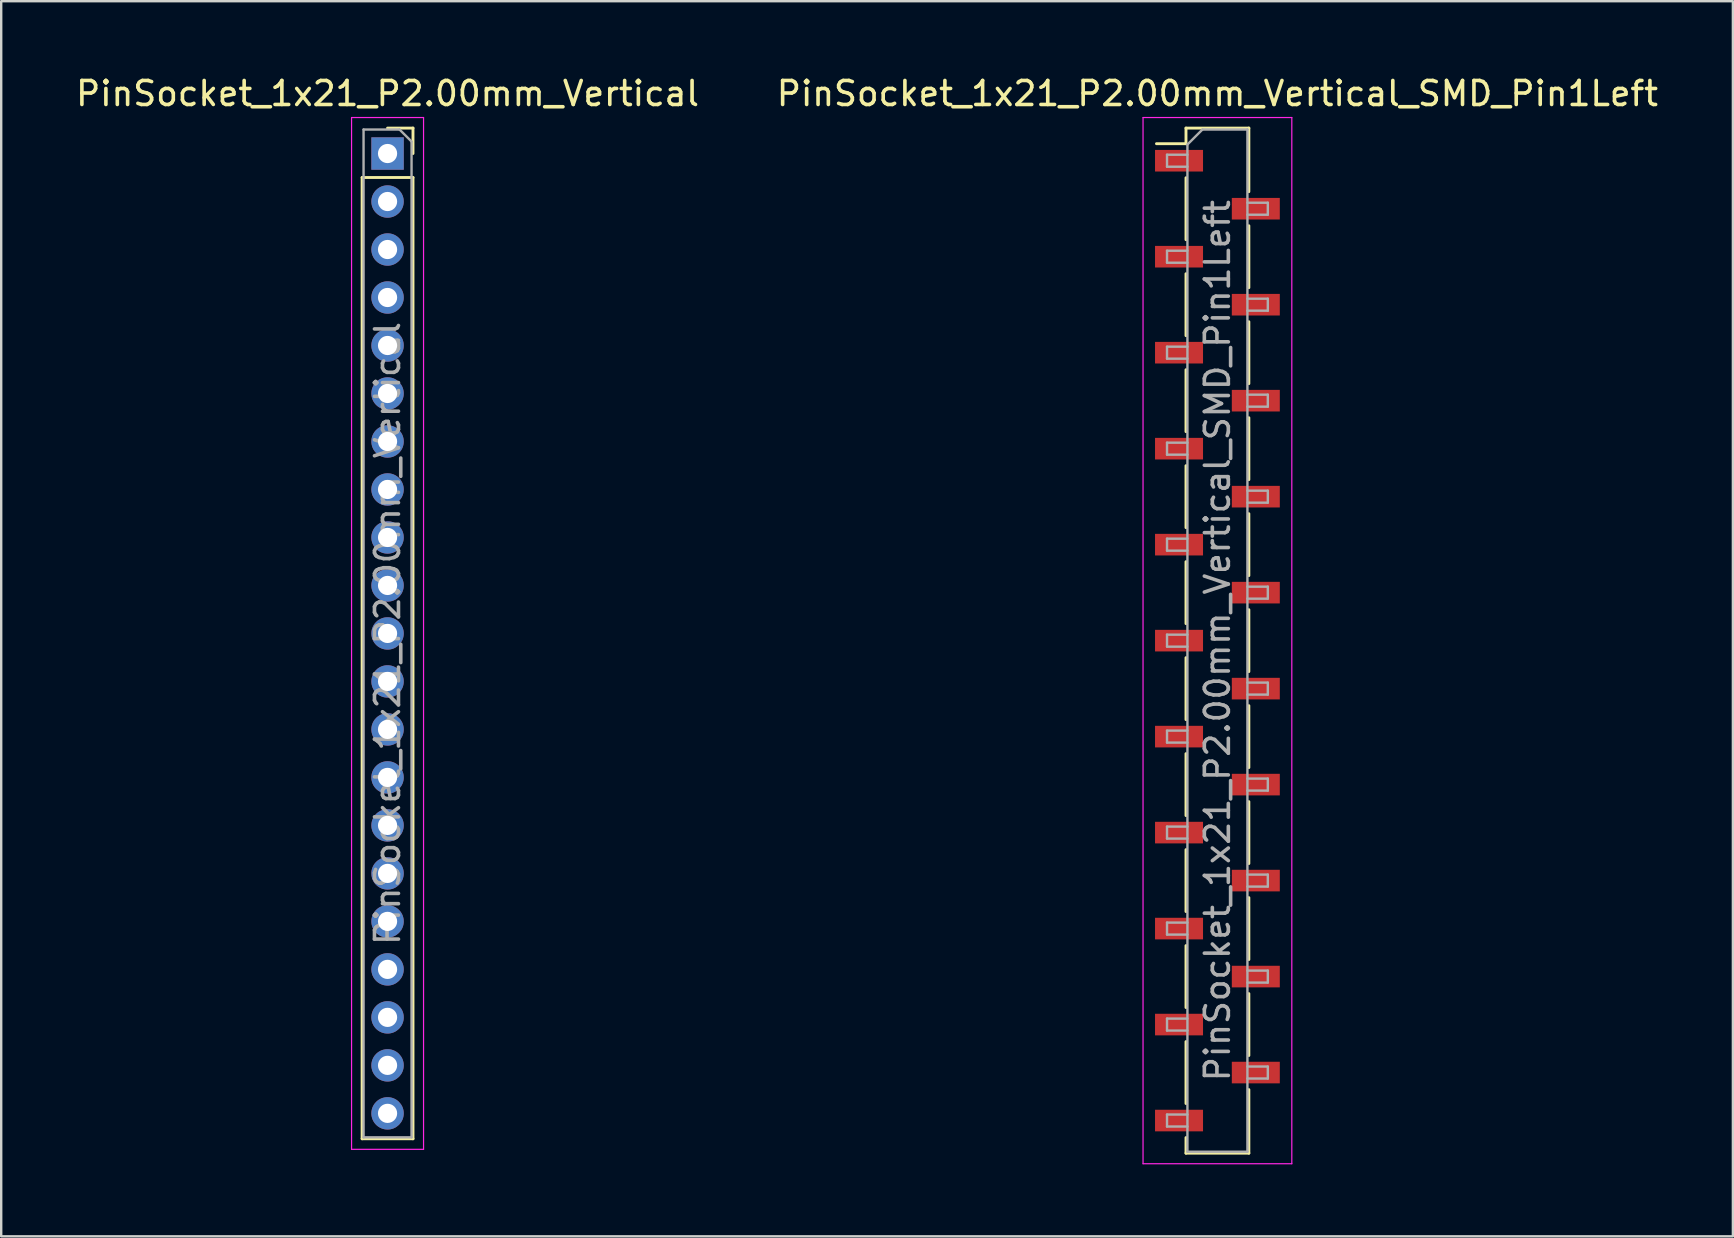
<source format=kicad_pcb>
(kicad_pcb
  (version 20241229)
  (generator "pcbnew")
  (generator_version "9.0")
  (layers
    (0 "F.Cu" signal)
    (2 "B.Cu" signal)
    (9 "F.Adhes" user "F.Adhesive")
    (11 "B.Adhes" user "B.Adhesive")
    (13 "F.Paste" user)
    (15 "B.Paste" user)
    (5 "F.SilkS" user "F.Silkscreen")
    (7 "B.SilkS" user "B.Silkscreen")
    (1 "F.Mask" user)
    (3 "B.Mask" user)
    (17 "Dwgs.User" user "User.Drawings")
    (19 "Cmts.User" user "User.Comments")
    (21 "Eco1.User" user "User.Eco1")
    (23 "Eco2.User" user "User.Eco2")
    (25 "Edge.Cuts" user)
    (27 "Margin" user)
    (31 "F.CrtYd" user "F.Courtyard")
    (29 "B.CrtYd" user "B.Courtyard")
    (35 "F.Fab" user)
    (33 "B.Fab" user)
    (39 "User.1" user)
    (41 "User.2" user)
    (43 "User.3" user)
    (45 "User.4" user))
  (footprint "PinSocket_1x21_P2.00mm_Vertical_SMD_Pin1Left"
    (layer "F.Cu")
    (at 47.685 23.648)
    (property "Reference" "PinSocket_1x21_P2.00mm_Vertical_SMD_Pin1Left" (at 0 -22.8 0) (layer "F.SilkS") (effects (font (size 1 1) (thickness 0.15))))
    (attr smd)
    (fp_line (start -2.54 -20.71) (end -1.31 -20.71) (stroke (width 0.12) (type solid)) (layer "F.SilkS"))
    (fp_line (start -1.31 -21.36) (end -1.31 -20.71) (stroke (width 0.12) (type solid)) (layer "F.SilkS"))
    (fp_line (start -1.31 -21.36) (end 1.31 -21.36) (stroke (width 0.12) (type solid)) (layer "F.SilkS"))
    (fp_line (start -1.31 -19.29) (end -1.31 -16.71) (stroke (width 0.12) (type solid)) (layer "F.SilkS"))
    (fp_line (start -1.31 -15.29) (end -1.31 -12.71) (stroke (width 0.12) (type solid)) (layer "F.SilkS"))
    (fp_line (start -1.31 -11.29) (end -1.31 -8.71) (stroke (width 0.12) (type solid)) (layer "F.SilkS"))
    (fp_line (start -1.31 -7.29) (end -1.31 -4.71) (stroke (width 0.12) (type solid)) (layer "F.SilkS"))
    (fp_line (start -1.31 -3.29) (end -1.31 -0.71) (stroke (width 0.12) (type solid)) (layer "F.SilkS"))
    (fp_line (start -1.31 0.71) (end -1.31 3.29) (stroke (width 0.12) (type solid)) (layer "F.SilkS"))
    (fp_line (start -1.31 4.71) (end -1.31 7.29) (stroke (width 0.12) (type solid)) (layer "F.SilkS"))
    (fp_line (start -1.31 8.71) (end -1.31 11.29) (stroke (width 0.12) (type solid)) (layer "F.SilkS"))
    (fp_line (start -1.31 12.71) (end -1.31 15.29) (stroke (width 0.12) (type solid)) (layer "F.SilkS"))
    (fp_line (start -1.31 16.71) (end -1.31 19.29) (stroke (width 0.12) (type solid)) (layer "F.SilkS"))
    (fp_line (start -1.31 20.71) (end -1.31 21.36) (stroke (width 0.12) (type solid)) (layer "F.SilkS"))
    (fp_line (start -1.31 21.36) (end 1.31 21.36) (stroke (width 0.12) (type solid)) (layer "F.SilkS"))
    (fp_line (start 1.31 -21.36) (end 1.31 -18.71) (stroke (width 0.12) (type solid)) (layer "F.SilkS"))
    (fp_line (start 1.31 -17.29) (end 1.31 -14.71) (stroke (width 0.12) (type solid)) (layer "F.SilkS"))
    (fp_line (start 1.31 -13.29) (end 1.31 -10.71) (stroke (width 0.12) (type solid)) (layer "F.SilkS"))
    (fp_line (start 1.31 -9.29) (end 1.31 -6.71) (stroke (width 0.12) (type solid)) (layer "F.SilkS"))
    (fp_line (start 1.31 -5.29) (end 1.31 -2.71) (stroke (width 0.12) (type solid)) (layer "F.SilkS"))
    (fp_line (start 1.31 -1.29) (end 1.31 1.29) (stroke (width 0.12) (type solid)) (layer "F.SilkS"))
    (fp_line (start 1.31 2.71) (end 1.31 5.29) (stroke (width 0.12) (type solid)) (layer "F.SilkS"))
    (fp_line (start 1.31 6.71) (end 1.31 9.29) (stroke (width 0.12) (type solid)) (layer "F.SilkS"))
    (fp_line (start 1.31 10.71) (end 1.31 13.29) (stroke (width 0.12) (type solid)) (layer "F.SilkS"))
    (fp_line (start 1.31 14.71) (end 1.31 17.29) (stroke (width 0.12) (type solid)) (layer "F.SilkS"))
    (fp_line (start 1.31 18.71) (end 1.31 21.36) (stroke (width 0.12) (type solid)) (layer "F.SilkS"))
    (fp_line (start -3.1 -21.8) (end 3.1 -21.8) (stroke (width 0.05) (type solid)) (layer "F.CrtYd"))
    (fp_line (start -3.1 21.8) (end -3.1 -21.8) (stroke (width 0.05) (type solid)) (layer "F.CrtYd"))
    (fp_line (start 3.1 -21.8) (end 3.1 21.8) (stroke (width 0.05) (type solid)) (layer "F.CrtYd"))
    (fp_line (start 3.1 21.8) (end -3.1 21.8) (stroke (width 0.05) (type solid)) (layer "F.CrtYd"))
    (fp_line (start -2.1 -20.25) (end -1.25 -20.25) (stroke (width 0.1) (type solid)) (layer "F.Fab"))
    (fp_line (start -2.1 -19.75) (end -2.1 -20.25) (stroke (width 0.1) (type solid)) (layer "F.Fab"))
    (fp_line (start -2.1 -16.25) (end -1.25 -16.25) (stroke (width 0.1) (type solid)) (layer "F.Fab"))
    (fp_line (start -2.1 -15.75) (end -2.1 -16.25) (stroke (width 0.1) (type solid)) (layer "F.Fab"))
    (fp_line (start -2.1 -12.25) (end -1.25 -12.25) (stroke (width 0.1) (type solid)) (layer "F.Fab"))
    (fp_line (start -2.1 -11.75) (end -2.1 -12.25) (stroke (width 0.1) (type solid)) (layer "F.Fab"))
    (fp_line (start -2.1 -8.25) (end -1.25 -8.25) (stroke (width 0.1) (type solid)) (layer "F.Fab"))
    (fp_line (start -2.1 -7.75) (end -2.1 -8.25) (stroke (width 0.1) (type solid)) (layer "F.Fab"))
    (fp_line (start -2.1 -4.25) (end -1.25 -4.25) (stroke (width 0.1) (type solid)) (layer "F.Fab"))
    (fp_line (start -2.1 -3.75) (end -2.1 -4.25) (stroke (width 0.1) (type solid)) (layer "F.Fab"))
    (fp_line (start -2.1 -0.25) (end -1.25 -0.25) (stroke (width 0.1) (type solid)) (layer "F.Fab"))
    (fp_line (start -2.1 0.25) (end -2.1 -0.25) (stroke (width 0.1) (type solid)) (layer "F.Fab"))
    (fp_line (start -2.1 3.75) (end -1.25 3.75) (stroke (width 0.1) (type solid)) (layer "F.Fab"))
    (fp_line (start -2.1 4.25) (end -2.1 3.75) (stroke (width 0.1) (type solid)) (layer "F.Fab"))
    (fp_line (start -2.1 7.75) (end -1.25 7.75) (stroke (width 0.1) (type solid)) (layer "F.Fab"))
    (fp_line (start -2.1 8.25) (end -2.1 7.75) (stroke (width 0.1) (type solid)) (layer "F.Fab"))
    (fp_line (start -2.1 11.75) (end -1.25 11.75) (stroke (width 0.1) (type solid)) (layer "F.Fab"))
    (fp_line (start -2.1 12.25) (end -2.1 11.75) (stroke (width 0.1) (type solid)) (layer "F.Fab"))
    (fp_line (start -2.1 15.75) (end -1.25 15.75) (stroke (width 0.1) (type solid)) (layer "F.Fab"))
    (fp_line (start -2.1 16.25) (end -2.1 15.75) (stroke (width 0.1) (type solid)) (layer "F.Fab"))
    (fp_line (start -2.1 19.75) (end -1.25 19.75) (stroke (width 0.1) (type solid)) (layer "F.Fab"))
    (fp_line (start -2.1 20.25) (end -2.1 19.75) (stroke (width 0.1) (type solid)) (layer "F.Fab"))
    (fp_line (start -1.25 -20.675) (end -0.625 -21.3) (stroke (width 0.1) (type solid)) (layer "F.Fab"))
    (fp_line (start -1.25 -19.75) (end -2.1 -19.75) (stroke (width 0.1) (type solid)) (layer "F.Fab"))
    (fp_line (start -1.25 -15.75) (end -2.1 -15.75) (stroke (width 0.1) (type solid)) (layer "F.Fab"))
    (fp_line (start -1.25 -11.75) (end -2.1 -11.75) (stroke (width 0.1) (type solid)) (layer "F.Fab"))
    (fp_line (start -1.25 -7.75) (end -2.1 -7.75) (stroke (width 0.1) (type solid)) (layer "F.Fab"))
    (fp_line (start -1.25 -3.75) (end -2.1 -3.75) (stroke (width 0.1) (type solid)) (layer "F.Fab"))
    (fp_line (start -1.25 0.25) (end -2.1 0.25) (stroke (width 0.1) (type solid)) (layer "F.Fab"))
    (fp_line (start -1.25 4.25) (end -2.1 4.25) (stroke (width 0.1) (type solid)) (layer "F.Fab"))
    (fp_line (start -1.25 8.25) (end -2.1 8.25) (stroke (width 0.1) (type solid)) (layer "F.Fab"))
    (fp_line (start -1.25 12.25) (end -2.1 12.25) (stroke (width 0.1) (type solid)) (layer "F.Fab"))
    (fp_line (start -1.25 16.25) (end -2.1 16.25) (stroke (width 0.1) (type solid)) (layer "F.Fab"))
    (fp_line (start -1.25 20.25) (end -2.1 20.25) (stroke (width 0.1) (type solid)) (layer "F.Fab"))
    (fp_line (start -1.25 21.3) (end -1.25 -20.675) (stroke (width 0.1) (type solid)) (layer "F.Fab"))
    (fp_line (start -0.625 -21.3) (end 1.25 -21.3) (stroke (width 0.1) (type solid)) (layer "F.Fab"))
    (fp_line (start 1.25 -21.3) (end 1.25 21.3) (stroke (width 0.1) (type solid)) (layer "F.Fab"))
    (fp_line (start 1.25 -18.25) (end 2.1 -18.25) (stroke (width 0.1) (type solid)) (layer "F.Fab"))
    (fp_line (start 1.25 -14.25) (end 2.1 -14.25) (stroke (width 0.1) (type solid)) (layer "F.Fab"))
    (fp_line (start 1.25 -10.25) (end 2.1 -10.25) (stroke (width 0.1) (type solid)) (layer "F.Fab"))
    (fp_line (start 1.25 -6.25) (end 2.1 -6.25) (stroke (width 0.1) (type solid)) (layer "F.Fab"))
    (fp_line (start 1.25 -2.25) (end 2.1 -2.25) (stroke (width 0.1) (type solid)) (layer "F.Fab"))
    (fp_line (start 1.25 1.75) (end 2.1 1.75) (stroke (width 0.1) (type solid)) (layer "F.Fab"))
    (fp_line (start 1.25 5.75) (end 2.1 5.75) (stroke (width 0.1) (type solid)) (layer "F.Fab"))
    (fp_line (start 1.25 9.75) (end 2.1 9.75) (stroke (width 0.1) (type solid)) (layer "F.Fab"))
    (fp_line (start 1.25 13.75) (end 2.1 13.75) (stroke (width 0.1) (type solid)) (layer "F.Fab"))
    (fp_line (start 1.25 17.75) (end 2.1 17.75) (stroke (width 0.1) (type solid)) (layer "F.Fab"))
    (fp_line (start 1.25 21.3) (end -1.25 21.3) (stroke (width 0.1) (type solid)) (layer "F.Fab"))
    (fp_line (start 2.1 -18.25) (end 2.1 -17.75) (stroke (width 0.1) (type solid)) (layer "F.Fab"))
    (fp_line (start 2.1 -17.75) (end 1.25 -17.75) (stroke (width 0.1) (type solid)) (layer "F.Fab"))
    (fp_line (start 2.1 -14.25) (end 2.1 -13.75) (stroke (width 0.1) (type solid)) (layer "F.Fab"))
    (fp_line (start 2.1 -13.75) (end 1.25 -13.75) (stroke (width 0.1) (type solid)) (layer "F.Fab"))
    (fp_line (start 2.1 -10.25) (end 2.1 -9.75) (stroke (width 0.1) (type solid)) (layer "F.Fab"))
    (fp_line (start 2.1 -9.75) (end 1.25 -9.75) (stroke (width 0.1) (type solid)) (layer "F.Fab"))
    (fp_line (start 2.1 -6.25) (end 2.1 -5.75) (stroke (width 0.1) (type solid)) (layer "F.Fab"))
    (fp_line (start 2.1 -5.75) (end 1.25 -5.75) (stroke (width 0.1) (type solid)) (layer "F.Fab"))
    (fp_line (start 2.1 -2.25) (end 2.1 -1.75) (stroke (width 0.1) (type solid)) (layer "F.Fab"))
    (fp_line (start 2.1 -1.75) (end 1.25 -1.75) (stroke (width 0.1) (type solid)) (layer "F.Fab"))
    (fp_line (start 2.1 1.75) (end 2.1 2.25) (stroke (width 0.1) (type solid)) (layer "F.Fab"))
    (fp_line (start 2.1 2.25) (end 1.25 2.25) (stroke (width 0.1) (type solid)) (layer "F.Fab"))
    (fp_line (start 2.1 5.75) (end 2.1 6.25) (stroke (width 0.1) (type solid)) (layer "F.Fab"))
    (fp_line (start 2.1 6.25) (end 1.25 6.25) (stroke (width 0.1) (type solid)) (layer "F.Fab"))
    (fp_line (start 2.1 9.75) (end 2.1 10.25) (stroke (width 0.1) (type solid)) (layer "F.Fab"))
    (fp_line (start 2.1 10.25) (end 1.25 10.25) (stroke (width 0.1) (type solid)) (layer "F.Fab"))
    (fp_line (start 2.1 13.75) (end 2.1 14.25) (stroke (width 0.1) (type solid)) (layer "F.Fab"))
    (fp_line (start 2.1 14.25) (end 1.25 14.25) (stroke (width 0.1) (type solid)) (layer "F.Fab"))
    (fp_line (start 2.1 17.75) (end 2.1 18.25) (stroke (width 0.1) (type solid)) (layer "F.Fab"))
    (fp_line (start 2.1 18.25) (end 1.25 18.25) (stroke (width 0.1) (type solid)) (layer "F.Fab"))
    (fp_text user "${REFERENCE}" (at 0 0 90) (layer "F.Fab") (effects (font (size 1 1) (thickness 0.15))))
    (pad "1" smd rect (at -1.6 -20) (size 2 0.9) (layers "F.Cu" "F.Mask" "F.Paste"))
    (pad "2" smd rect (at 1.6 -18) (size 2 0.9) (layers "F.Cu" "F.Mask" "F.Paste"))
    (pad "3" smd rect (at -1.6 -16) (size 2 0.9) (layers "F.Cu" "F.Mask" "F.Paste"))
    (pad "4" smd rect (at 1.6 -14) (size 2 0.9) (layers "F.Cu" "F.Mask" "F.Paste"))
    (pad "5" smd rect (at -1.6 -12) (size 2 0.9) (layers "F.Cu" "F.Mask" "F.Paste"))
    (pad "6" smd rect (at 1.6 -10) (size 2 0.9) (layers "F.Cu" "F.Mask" "F.Paste"))
    (pad "7" smd rect (at -1.6 -8) (size 2 0.9) (layers "F.Cu" "F.Mask" "F.Paste"))
    (pad "8" smd rect (at 1.6 -6) (size 2 0.9) (layers "F.Cu" "F.Mask" "F.Paste"))
    (pad "9" smd rect (at -1.6 -4) (size 2 0.9) (layers "F.Cu" "F.Mask" "F.Paste"))
    (pad "10" smd rect (at 1.6 -2) (size 2 0.9) (layers "F.Cu" "F.Mask" "F.Paste"))
    (pad "11" smd rect (at -1.6 0) (size 2 0.9) (layers "F.Cu" "F.Mask" "F.Paste"))
    (pad "12" smd rect (at 1.6 2) (size 2 0.9) (layers "F.Cu" "F.Mask" "F.Paste"))
    (pad "13" smd rect (at -1.6 4) (size 2 0.9) (layers "F.Cu" "F.Mask" "F.Paste"))
    (pad "14" smd rect (at 1.6 6) (size 2 0.9) (layers "F.Cu" "F.Mask" "F.Paste"))
    (pad "15" smd rect (at -1.6 8) (size 2 0.9) (layers "F.Cu" "F.Mask" "F.Paste"))
    (pad "16" smd rect (at 1.6 10) (size 2 0.9) (layers "F.Cu" "F.Mask" "F.Paste"))
    (pad "17" smd rect (at -1.6 12) (size 2 0.9) (layers "F.Cu" "F.Mask" "F.Paste"))
    (pad "18" smd rect (at 1.6 14) (size 2 0.9) (layers "F.Cu" "F.Mask" "F.Paste"))
    (pad "19" smd rect (at -1.6 16) (size 2 0.9) (layers "F.Cu" "F.Mask" "F.Paste"))
    (pad "20" smd rect (at 1.6 18) (size 2 0.9) (layers "F.Cu" "F.Mask" "F.Paste"))
    (pad "21" smd rect (at -1.6 20) (size 2 0.9) (layers "F.Cu" "F.Mask" "F.Paste")))
  (footprint "PinSocket_1x21_P2.00mm_Vertical"
    (layer "F.Cu")
    (at 13.101 3.348)
    (property "Reference" "PinSocket_1x21_P2.00mm_Vertical" (at 0 -2.5 0) (layer "F.SilkS") (effects (font (size 1 1) (thickness 0.15))))
    (attr through_hole)
    (fp_line (start -1.06 1) (end -1.06 41.06) (stroke (width 0.12) (type solid)) (layer "F.SilkS"))
    (fp_line (start -1.06 1) (end 1.06 1) (stroke (width 0.12) (type solid)) (layer "F.SilkS"))
    (fp_line (start -1.06 41.06) (end 1.06 41.06) (stroke (width 0.12) (type solid)) (layer "F.SilkS"))
    (fp_line (start 0 -1.06) (end 1.06 -1.06) (stroke (width 0.12) (type solid)) (layer "F.SilkS"))
    (fp_line (start 1.06 -1.06) (end 1.06 0) (stroke (width 0.12) (type solid)) (layer "F.SilkS"))
    (fp_line (start 1.06 1) (end 1.06 41.06) (stroke (width 0.12) (type solid)) (layer "F.SilkS"))
    (fp_line (start -1.5 -1.5) (end 1.5 -1.5) (stroke (width 0.05) (type solid)) (layer "F.CrtYd"))
    (fp_line (start -1.5 41.5) (end -1.5 -1.5) (stroke (width 0.05) (type solid)) (layer "F.CrtYd"))
    (fp_line (start 1.5 -1.5) (end 1.5 41.5) (stroke (width 0.05) (type solid)) (layer "F.CrtYd"))
    (fp_line (start 1.5 41.5) (end -1.5 41.5) (stroke (width 0.05) (type solid)) (layer "F.CrtYd"))
    (fp_line (start -1 -1) (end 0.5 -1) (stroke (width 0.1) (type solid)) (layer "F.Fab"))
    (fp_line (start -1 41) (end -1 -1) (stroke (width 0.1) (type solid)) (layer "F.Fab"))
    (fp_line (start 0.5 -1) (end 1 -0.5) (stroke (width 0.1) (type solid)) (layer "F.Fab"))
    (fp_line (start 1 -0.5) (end 1 41) (stroke (width 0.1) (type solid)) (layer "F.Fab"))
    (fp_line (start 1 41) (end -1 41) (stroke (width 0.1) (type solid)) (layer "F.Fab"))
    (fp_text user "${REFERENCE}" (at 0 20 90) (layer "F.Fab") (effects (font (size 1 1) (thickness 0.15))))
    (pad "1" thru_hole rect (at 0 0) (size 1.35 1.35) (drill 0.8) (layers "*.Cu" "*.Mask"))
    (pad "2" thru_hole oval (at 0 2) (size 1.35 1.35) (drill 0.8) (layers "*.Cu" "*.Mask"))
    (pad "3" thru_hole oval (at 0 4) (size 1.35 1.35) (drill 0.8) (layers "*.Cu" "*.Mask"))
    (pad "4" thru_hole oval (at 0 6) (size 1.35 1.35) (drill 0.8) (layers "*.Cu" "*.Mask"))
    (pad "5" thru_hole oval (at 0 8) (size 1.35 1.35) (drill 0.8) (layers "*.Cu" "*.Mask"))
    (pad "6" thru_hole oval (at 0 10) (size 1.35 1.35) (drill 0.8) (layers "*.Cu" "*.Mask"))
    (pad "7" thru_hole oval (at 0 12) (size 1.35 1.35) (drill 0.8) (layers "*.Cu" "*.Mask"))
    (pad "8" thru_hole oval (at 0 14) (size 1.35 1.35) (drill 0.8) (layers "*.Cu" "*.Mask"))
    (pad "9" thru_hole oval (at 0 16) (size 1.35 1.35) (drill 0.8) (layers "*.Cu" "*.Mask"))
    (pad "10" thru_hole oval (at 0 18) (size 1.35 1.35) (drill 0.8) (layers "*.Cu" "*.Mask"))
    (pad "11" thru_hole oval (at 0 20) (size 1.35 1.35) (drill 0.8) (layers "*.Cu" "*.Mask"))
    (pad "12" thru_hole oval (at 0 22) (size 1.35 1.35) (drill 0.8) (layers "*.Cu" "*.Mask"))
    (pad "13" thru_hole oval (at 0 24) (size 1.35 1.35) (drill 0.8) (layers "*.Cu" "*.Mask"))
    (pad "14" thru_hole oval (at 0 26) (size 1.35 1.35) (drill 0.8) (layers "*.Cu" "*.Mask"))
    (pad "15" thru_hole oval (at 0 28) (size 1.35 1.35) (drill 0.8) (layers "*.Cu" "*.Mask"))
    (pad "16" thru_hole oval (at 0 30) (size 1.35 1.35) (drill 0.8) (layers "*.Cu" "*.Mask"))
    (pad "17" thru_hole oval (at 0 32) (size 1.35 1.35) (drill 0.8) (layers "*.Cu" "*.Mask"))
    (pad "18" thru_hole oval (at 0 34) (size 1.35 1.35) (drill 0.8) (layers "*.Cu" "*.Mask"))
    (pad "19" thru_hole oval (at 0 36) (size 1.35 1.35) (drill 0.8) (layers "*.Cu" "*.Mask"))
    (pad "20" thru_hole oval (at 0 38) (size 1.35 1.35) (drill 0.8) (layers "*.Cu" "*.Mask"))
    (pad "21" thru_hole oval (at 0 40) (size 1.35 1.35) (drill 0.8) (layers "*.Cu" "*.Mask")))
  (gr_rect
    (start -3 -3)
    (end 69.167 48.473)
    (stroke (width 0.1) (type default))
    (fill no)
    (layer "Edge.Cuts")))
</source>
